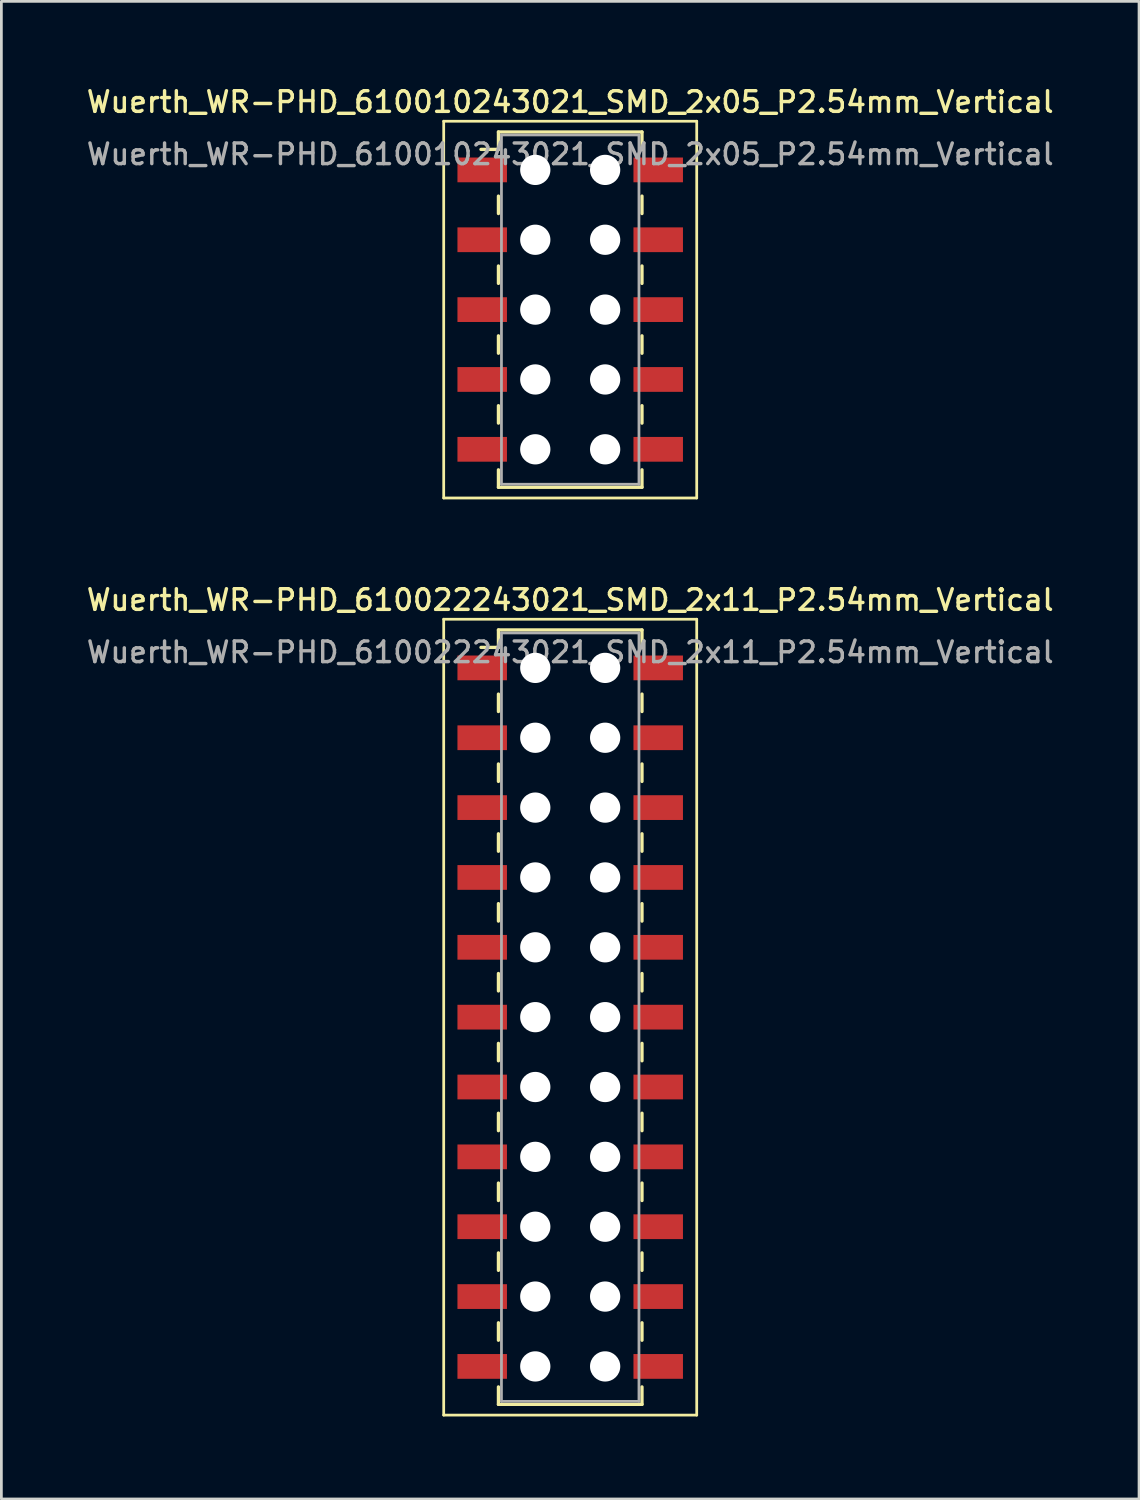
<source format=kicad_pcb>
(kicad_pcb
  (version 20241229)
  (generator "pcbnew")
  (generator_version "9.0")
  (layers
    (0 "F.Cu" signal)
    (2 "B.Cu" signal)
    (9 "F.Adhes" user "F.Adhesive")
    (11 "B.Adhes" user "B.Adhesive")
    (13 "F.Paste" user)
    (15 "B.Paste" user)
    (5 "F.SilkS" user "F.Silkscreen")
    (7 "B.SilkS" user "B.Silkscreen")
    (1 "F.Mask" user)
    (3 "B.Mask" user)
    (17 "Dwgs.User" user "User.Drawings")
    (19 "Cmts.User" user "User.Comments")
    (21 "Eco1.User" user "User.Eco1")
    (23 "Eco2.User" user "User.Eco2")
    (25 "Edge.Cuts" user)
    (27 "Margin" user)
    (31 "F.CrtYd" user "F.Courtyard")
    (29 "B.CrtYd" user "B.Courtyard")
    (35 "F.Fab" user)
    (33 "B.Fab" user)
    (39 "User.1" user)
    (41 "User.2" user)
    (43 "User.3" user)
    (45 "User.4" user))
  (footprint "Wuerth_WR-PHD_610010243021_SMD_2x05_P2.54mm_Vertical"
    (layer "F.Cu")
    (at 17.684 8.208)
    (property "Reference" "Wuerth_WR-PHD_610010243021_SMD_2x05_P2.54mm_Vertical" (at 0 -7.55 0) (layer "F.SilkS") (effects (font (size 0.75 0.75) (thickness 0.125))))
    (attr smd)
    (fp_line (start -4.6 -6.85) (end -4.6 6.85) (stroke (width 0.1) (type solid)) (layer "F.SilkS"))
    (fp_line (start -4.6 6.85) (end 4.6 6.85) (stroke (width 0.1) (type solid)) (layer "F.SilkS"))
    (fp_line (start -2.61 -6.46) (end -2.61 -5.825) (stroke (width 0.12) (type solid)) (layer "F.SilkS"))
    (fp_line (start -2.61 -6.46) (end 2.61 -6.46) (stroke (width 0.12) (type solid)) (layer "F.SilkS"))
    (fp_line (start -2.61 -5.825) (end -3.245 -5.825) (stroke (width 0.12) (type solid)) (layer "F.SilkS"))
    (fp_line (start -2.61 -4.128) (end -2.61 -3.493) (stroke (width 0.12) (type solid)) (layer "F.SilkS"))
    (fp_line (start -2.61 -1.587) (end -2.61 -0.953) (stroke (width 0.12) (type solid)) (layer "F.SilkS"))
    (fp_line (start -2.61 0.953) (end -2.61 1.587) (stroke (width 0.12) (type solid)) (layer "F.SilkS"))
    (fp_line (start -2.61 3.493) (end -2.61 4.128) (stroke (width 0.12) (type solid)) (layer "F.SilkS"))
    (fp_line (start -2.61 6.46) (end -2.61 5.825) (stroke (width 0.12) (type solid)) (layer "F.SilkS"))
    (fp_line (start -2.61 6.46) (end 2.61 6.46) (stroke (width 0.12) (type solid)) (layer "F.SilkS"))
    (fp_line (start 2.61 -6.46) (end 2.61 -5.825) (stroke (width 0.12) (type solid)) (layer "F.SilkS"))
    (fp_line (start 2.61 -4.128) (end 2.61 -3.493) (stroke (width 0.12) (type solid)) (layer "F.SilkS"))
    (fp_line (start 2.61 -1.587) (end 2.61 -0.953) (stroke (width 0.12) (type solid)) (layer "F.SilkS"))
    (fp_line (start 2.61 0.953) (end 2.61 1.587) (stroke (width 0.12) (type solid)) (layer "F.SilkS"))
    (fp_line (start 2.61 3.493) (end 2.61 4.128) (stroke (width 0.12) (type solid)) (layer "F.SilkS"))
    (fp_line (start 2.61 6.46) (end 2.61 5.825) (stroke (width 0.12) (type solid)) (layer "F.SilkS"))
    (fp_line (start 4.6 -6.85) (end -4.6 -6.85) (stroke (width 0.1) (type solid)) (layer "F.SilkS"))
    (fp_line (start 4.6 6.85) (end 4.6 -6.85) (stroke (width 0.1) (type solid)) (layer "F.SilkS"))
    (fp_line (start -2.5 -6.35) (end -2.5 6.35) (stroke (width 0.1) (type solid)) (layer "F.Fab"))
    (fp_line (start -2.5 6.35) (end 2.5 6.35) (stroke (width 0.1) (type solid)) (layer "F.Fab"))
    (fp_line (start 2.5 -6.35) (end -2.5 -6.35) (stroke (width 0.1) (type solid)) (layer "F.Fab"))
    (fp_line (start 2.5 6.35) (end 2.5 -6.35) (stroke (width 0.1) (type solid)) (layer "F.Fab"))
    (fp_text user "${REFERENCE}" (at 0 -5.65 0) (layer "F.Fab") (effects (font (size 0.75 0.75) (thickness 0.125))))
    (pad "" np_thru_hole circle (at -1.27 -5.08) (size 1.1 1.1) (drill 1.1) (layers "*.Cu" "*.Mask"))
    (pad "" np_thru_hole circle (at -1.27 -2.54) (size 1.1 1.1) (drill 1.1) (layers "*.Cu" "*.Mask"))
    (pad "" np_thru_hole circle (at -1.27 0) (size 1.1 1.1) (drill 1.1) (layers "*.Cu" "*.Mask"))
    (pad "" np_thru_hole circle (at -1.27 2.54) (size 1.1 1.1) (drill 1.1) (layers "*.Cu" "*.Mask"))
    (pad "" np_thru_hole circle (at -1.27 5.08) (size 1.1 1.1) (drill 1.1) (layers "*.Cu" "*.Mask"))
    (pad "" np_thru_hole circle (at 1.27 -5.08) (size 1.1 1.1) (drill 1.1) (layers "*.Cu" "*.Mask"))
    (pad "" np_thru_hole circle (at 1.27 -2.54) (size 1.1 1.1) (drill 1.1) (layers "*.Cu" "*.Mask"))
    (pad "" np_thru_hole circle (at 1.27 0) (size 1.1 1.1) (drill 1.1) (layers "*.Cu" "*.Mask"))
    (pad "" np_thru_hole circle (at 1.27 2.54) (size 1.1 1.1) (drill 1.1) (layers "*.Cu" "*.Mask"))
    (pad "" np_thru_hole circle (at 1.27 5.08) (size 1.1 1.1) (drill 1.1) (layers "*.Cu" "*.Mask"))
    (pad "1" smd rect (at -3.2 -5.08) (size 1.8 0.9) (layers "F.Cu" "F.Mask" "F.Paste"))
    (pad "2" smd rect (at 3.2 -5.08) (size 1.8 0.9) (layers "F.Cu" "F.Mask" "F.Paste"))
    (pad "3" smd rect (at -3.2 -2.54) (size 1.8 0.9) (layers "F.Cu" "F.Mask" "F.Paste"))
    (pad "4" smd rect (at 3.2 -2.54) (size 1.8 0.9) (layers "F.Cu" "F.Mask" "F.Paste"))
    (pad "5" smd rect (at -3.2 0) (size 1.8 0.9) (layers "F.Cu" "F.Mask" "F.Paste"))
    (pad "6" smd rect (at 3.2 0) (size 1.8 0.9) (layers "F.Cu" "F.Mask" "F.Paste"))
    (pad "7" smd rect (at -3.2 2.54) (size 1.8 0.9) (layers "F.Cu" "F.Mask" "F.Paste"))
    (pad "8" smd rect (at 3.2 2.54) (size 1.8 0.9) (layers "F.Cu" "F.Mask" "F.Paste"))
    (pad "9" smd rect (at -3.2 5.08) (size 1.8 0.9) (layers "F.Cu" "F.Mask" "F.Paste"))
    (pad "10" smd rect (at 3.2 5.08) (size 1.8 0.9) (layers "F.Cu" "F.Mask" "F.Paste")))
  (footprint "Wuerth_WR-PHD_610022243021_SMD_2x11_P2.54mm_Vertical"
    (layer "F.Cu")
    (at 17.684 33.936)
    (property "Reference" "Wuerth_WR-PHD_610022243021_SMD_2x11_P2.54mm_Vertical" (at 0 -15.17 0) (layer "F.SilkS") (effects (font (size 0.75 0.75) (thickness 0.125))))
    (attr smd)
    (fp_line (start -4.6 -14.47) (end -4.6 14.47) (stroke (width 0.1) (type solid)) (layer "F.SilkS"))
    (fp_line (start -4.6 14.47) (end 4.6 14.47) (stroke (width 0.1) (type solid)) (layer "F.SilkS"))
    (fp_line (start -2.61 -14.08) (end -2.61 -13.445) (stroke (width 0.12) (type solid)) (layer "F.SilkS"))
    (fp_line (start -2.61 -14.08) (end 2.61 -14.08) (stroke (width 0.12) (type solid)) (layer "F.SilkS"))
    (fp_line (start -2.61 -13.445) (end -3.245 -13.445) (stroke (width 0.12) (type solid)) (layer "F.SilkS"))
    (fp_line (start -2.61 -11.748) (end -2.61 -11.113) (stroke (width 0.12) (type solid)) (layer "F.SilkS"))
    (fp_line (start -2.61 -9.207) (end -2.61 -8.572) (stroke (width 0.12) (type solid)) (layer "F.SilkS"))
    (fp_line (start -2.61 -6.668) (end -2.61 -6.032) (stroke (width 0.12) (type solid)) (layer "F.SilkS"))
    (fp_line (start -2.61 -4.128) (end -2.61 -3.493) (stroke (width 0.12) (type solid)) (layer "F.SilkS"))
    (fp_line (start -2.61 -1.587) (end -2.61 -0.953) (stroke (width 0.12) (type solid)) (layer "F.SilkS"))
    (fp_line (start -2.61 0.953) (end -2.61 1.587) (stroke (width 0.12) (type solid)) (layer "F.SilkS"))
    (fp_line (start -2.61 3.493) (end -2.61 4.128) (stroke (width 0.12) (type solid)) (layer "F.SilkS"))
    (fp_line (start -2.61 6.032) (end -2.61 6.668) (stroke (width 0.12) (type solid)) (layer "F.SilkS"))
    (fp_line (start -2.61 8.572) (end -2.61 9.207) (stroke (width 0.12) (type solid)) (layer "F.SilkS"))
    (fp_line (start -2.61 11.113) (end -2.61 11.748) (stroke (width 0.12) (type solid)) (layer "F.SilkS"))
    (fp_line (start -2.61 14.08) (end -2.61 13.445) (stroke (width 0.12) (type solid)) (layer "F.SilkS"))
    (fp_line (start -2.61 14.08) (end 2.61 14.08) (stroke (width 0.12) (type solid)) (layer "F.SilkS"))
    (fp_line (start 2.61 -14.08) (end 2.61 -13.445) (stroke (width 0.12) (type solid)) (layer "F.SilkS"))
    (fp_line (start 2.61 -11.748) (end 2.61 -11.113) (stroke (width 0.12) (type solid)) (layer "F.SilkS"))
    (fp_line (start 2.61 -9.207) (end 2.61 -8.572) (stroke (width 0.12) (type solid)) (layer "F.SilkS"))
    (fp_line (start 2.61 -6.668) (end 2.61 -6.032) (stroke (width 0.12) (type solid)) (layer "F.SilkS"))
    (fp_line (start 2.61 -4.128) (end 2.61 -3.493) (stroke (width 0.12) (type solid)) (layer "F.SilkS"))
    (fp_line (start 2.61 -1.587) (end 2.61 -0.953) (stroke (width 0.12) (type solid)) (layer "F.SilkS"))
    (fp_line (start 2.61 0.953) (end 2.61 1.587) (stroke (width 0.12) (type solid)) (layer "F.SilkS"))
    (fp_line (start 2.61 3.493) (end 2.61 4.128) (stroke (width 0.12) (type solid)) (layer "F.SilkS"))
    (fp_line (start 2.61 6.032) (end 2.61 6.668) (stroke (width 0.12) (type solid)) (layer "F.SilkS"))
    (fp_line (start 2.61 8.572) (end 2.61 9.207) (stroke (width 0.12) (type solid)) (layer "F.SilkS"))
    (fp_line (start 2.61 11.113) (end 2.61 11.748) (stroke (width 0.12) (type solid)) (layer "F.SilkS"))
    (fp_line (start 2.61 14.08) (end 2.61 13.445) (stroke (width 0.12) (type solid)) (layer "F.SilkS"))
    (fp_line (start 4.6 -14.47) (end -4.6 -14.47) (stroke (width 0.1) (type solid)) (layer "F.SilkS"))
    (fp_line (start 4.6 14.47) (end 4.6 -14.47) (stroke (width 0.1) (type solid)) (layer "F.SilkS"))
    (fp_line (start -2.5 -13.97) (end -2.5 13.97) (stroke (width 0.1) (type solid)) (layer "F.Fab"))
    (fp_line (start -2.5 13.97) (end 2.5 13.97) (stroke (width 0.1) (type solid)) (layer "F.Fab"))
    (fp_line (start 2.5 -13.97) (end -2.5 -13.97) (stroke (width 0.1) (type solid)) (layer "F.Fab"))
    (fp_line (start 2.5 13.97) (end 2.5 -13.97) (stroke (width 0.1) (type solid)) (layer "F.Fab"))
    (fp_text user "${REFERENCE}" (at 0 -13.27 0) (layer "F.Fab") (effects (font (size 0.75 0.75) (thickness 0.125))))
    (pad "" np_thru_hole circle (at -1.27 -12.7) (size 1.1 1.1) (drill 1.1) (layers "*.Cu" "*.Mask"))
    (pad "" np_thru_hole circle (at -1.27 -10.16) (size 1.1 1.1) (drill 1.1) (layers "*.Cu" "*.Mask"))
    (pad "" np_thru_hole circle (at -1.27 -7.62) (size 1.1 1.1) (drill 1.1) (layers "*.Cu" "*.Mask"))
    (pad "" np_thru_hole circle (at -1.27 -5.08) (size 1.1 1.1) (drill 1.1) (layers "*.Cu" "*.Mask"))
    (pad "" np_thru_hole circle (at -1.27 -2.54) (size 1.1 1.1) (drill 1.1) (layers "*.Cu" "*.Mask"))
    (pad "" np_thru_hole circle (at -1.27 0) (size 1.1 1.1) (drill 1.1) (layers "*.Cu" "*.Mask"))
    (pad "" np_thru_hole circle (at -1.27 2.54) (size 1.1 1.1) (drill 1.1) (layers "*.Cu" "*.Mask"))
    (pad "" np_thru_hole circle (at -1.27 5.08) (size 1.1 1.1) (drill 1.1) (layers "*.Cu" "*.Mask"))
    (pad "" np_thru_hole circle (at -1.27 7.62) (size 1.1 1.1) (drill 1.1) (layers "*.Cu" "*.Mask"))
    (pad "" np_thru_hole circle (at -1.27 10.16) (size 1.1 1.1) (drill 1.1) (layers "*.Cu" "*.Mask"))
    (pad "" np_thru_hole circle (at -1.27 12.7) (size 1.1 1.1) (drill 1.1) (layers "*.Cu" "*.Mask"))
    (pad "" np_thru_hole circle (at 1.27 -12.7) (size 1.1 1.1) (drill 1.1) (layers "*.Cu" "*.Mask"))
    (pad "" np_thru_hole circle (at 1.27 -10.16) (size 1.1 1.1) (drill 1.1) (layers "*.Cu" "*.Mask"))
    (pad "" np_thru_hole circle (at 1.27 -7.62) (size 1.1 1.1) (drill 1.1) (layers "*.Cu" "*.Mask"))
    (pad "" np_thru_hole circle (at 1.27 -5.08) (size 1.1 1.1) (drill 1.1) (layers "*.Cu" "*.Mask"))
    (pad "" np_thru_hole circle (at 1.27 -2.54) (size 1.1 1.1) (drill 1.1) (layers "*.Cu" "*.Mask"))
    (pad "" np_thru_hole circle (at 1.27 0) (size 1.1 1.1) (drill 1.1) (layers "*.Cu" "*.Mask"))
    (pad "" np_thru_hole circle (at 1.27 2.54) (size 1.1 1.1) (drill 1.1) (layers "*.Cu" "*.Mask"))
    (pad "" np_thru_hole circle (at 1.27 5.08) (size 1.1 1.1) (drill 1.1) (layers "*.Cu" "*.Mask"))
    (pad "" np_thru_hole circle (at 1.27 7.62) (size 1.1 1.1) (drill 1.1) (layers "*.Cu" "*.Mask"))
    (pad "" np_thru_hole circle (at 1.27 10.16) (size 1.1 1.1) (drill 1.1) (layers "*.Cu" "*.Mask"))
    (pad "" np_thru_hole circle (at 1.27 12.7) (size 1.1 1.1) (drill 1.1) (layers "*.Cu" "*.Mask"))
    (pad "1" smd rect (at -3.2 -12.7) (size 1.8 0.9) (layers "F.Cu" "F.Mask" "F.Paste"))
    (pad "2" smd rect (at 3.2 -12.7) (size 1.8 0.9) (layers "F.Cu" "F.Mask" "F.Paste"))
    (pad "3" smd rect (at -3.2 -10.16) (size 1.8 0.9) (layers "F.Cu" "F.Mask" "F.Paste"))
    (pad "4" smd rect (at 3.2 -10.16) (size 1.8 0.9) (layers "F.Cu" "F.Mask" "F.Paste"))
    (pad "5" smd rect (at -3.2 -7.62) (size 1.8 0.9) (layers "F.Cu" "F.Mask" "F.Paste"))
    (pad "6" smd rect (at 3.2 -7.62) (size 1.8 0.9) (layers "F.Cu" "F.Mask" "F.Paste"))
    (pad "7" smd rect (at -3.2 -5.08) (size 1.8 0.9) (layers "F.Cu" "F.Mask" "F.Paste"))
    (pad "8" smd rect (at 3.2 -5.08) (size 1.8 0.9) (layers "F.Cu" "F.Mask" "F.Paste"))
    (pad "9" smd rect (at -3.2 -2.54) (size 1.8 0.9) (layers "F.Cu" "F.Mask" "F.Paste"))
    (pad "10" smd rect (at 3.2 -2.54) (size 1.8 0.9) (layers "F.Cu" "F.Mask" "F.Paste"))
    (pad "11" smd rect (at -3.2 0) (size 1.8 0.9) (layers "F.Cu" "F.Mask" "F.Paste"))
    (pad "12" smd rect (at 3.2 0) (size 1.8 0.9) (layers "F.Cu" "F.Mask" "F.Paste"))
    (pad "13" smd rect (at -3.2 2.54) (size 1.8 0.9) (layers "F.Cu" "F.Mask" "F.Paste"))
    (pad "14" smd rect (at 3.2 2.54) (size 1.8 0.9) (layers "F.Cu" "F.Mask" "F.Paste"))
    (pad "15" smd rect (at -3.2 5.08) (size 1.8 0.9) (layers "F.Cu" "F.Mask" "F.Paste"))
    (pad "16" smd rect (at 3.2 5.08) (size 1.8 0.9) (layers "F.Cu" "F.Mask" "F.Paste"))
    (pad "17" smd rect (at -3.2 7.62) (size 1.8 0.9) (layers "F.Cu" "F.Mask" "F.Paste"))
    (pad "18" smd rect (at 3.2 7.62) (size 1.8 0.9) (layers "F.Cu" "F.Mask" "F.Paste"))
    (pad "19" smd rect (at -3.2 10.16) (size 1.8 0.9) (layers "F.Cu" "F.Mask" "F.Paste"))
    (pad "20" smd rect (at 3.2 10.16) (size 1.8 0.9) (layers "F.Cu" "F.Mask" "F.Paste"))
    (pad "21" smd rect (at -3.2 12.7) (size 1.8 0.9) (layers "F.Cu" "F.Mask" "F.Paste"))
    (pad "22" smd rect (at 3.2 12.7) (size 1.8 0.9) (layers "F.Cu" "F.Mask" "F.Paste")))
  (gr_rect
    (start -3 -3)
    (end 38.368 51.456)
    (stroke (width 0.1) (type default))
    (fill no)
    (layer "Edge.Cuts")))
</source>
